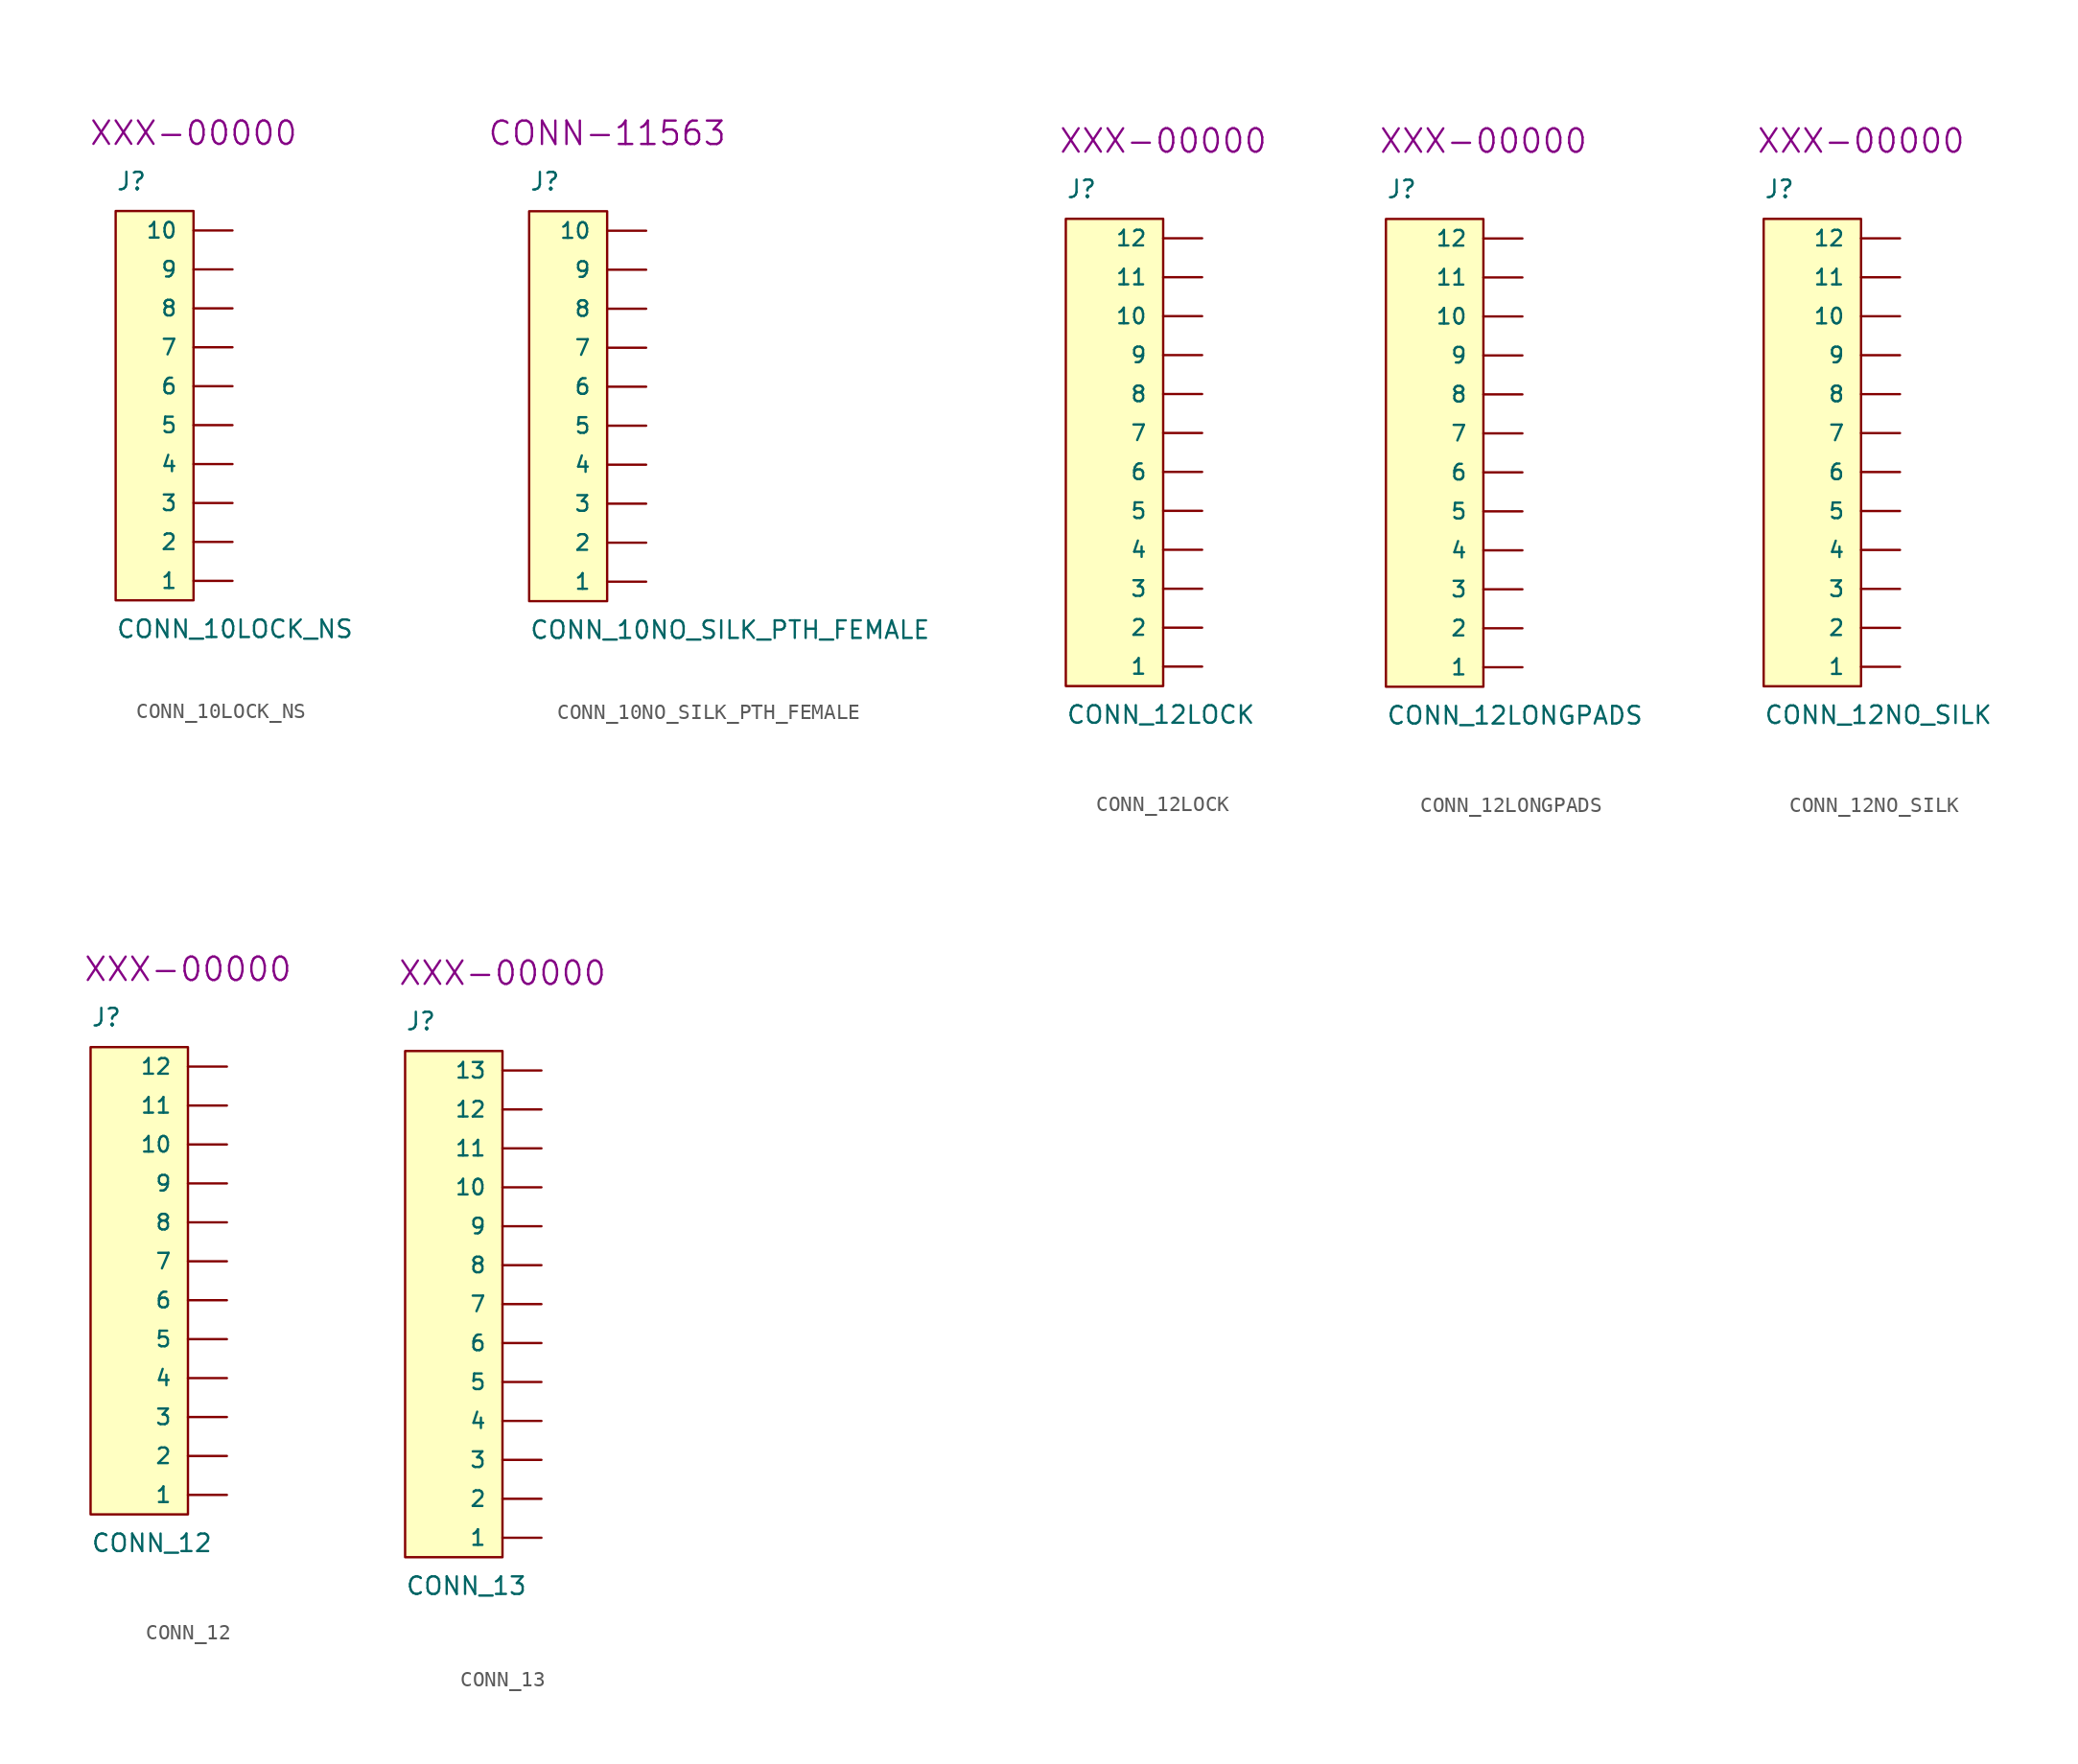
<source format=kicad_sym>
(kicad_symbol_lib
  (version 20201005)
  (generator kicad_symbol_editor)
  (symbol "CONN_10LOCK_NS"
    (pin_numbers hide)
    (pin_names
      (offset 1.016))
    (property "Reference" "J"
      (at -5.08 25.4 0)
      (effects (font (size 1.143 1.143)) (justify left bottom)))
    (property "Value" "CONN_10LOCK_NS"
      (at -5.08 -3.81 0)
      (effects (font (size 1.143 1.143)) (justify left bottom)))
    (property "Field4" "XXX-00000"
      (at 0 29.21 0)
      (effects (font (size 1.524 1.524))))
    (property "ki_locked" ""
      (at 0 0 0)
      (effects (font (size 1.27 1.27))))
    (symbol "CONN_10LOCK_NS_0_1"
      (rectangle (start 0 -1.27) (end -5.08 24.13) (stroke (width 0)) (fill (type background))))
    (symbol "CONN_10LOCK_NS_1_1"
      (pin passive line (at 2.54 0 180) (length 2.54) (name "1" (effects (font (size 1.016 1.016)))) (number "1" (effects (font (size 1.016 1.016)))))
      (pin passive line (at 2.54 2.54 180) (length 2.54) (name "2" (effects (font (size 1.016 1.016)))) (number "2" (effects (font (size 1.016 1.016)))))
      (pin passive line (at 2.54 5.08 180) (length 2.54) (name "3" (effects (font (size 1.016 1.016)))) (number "3" (effects (font (size 1.016 1.016)))))
      (pin passive line (at 2.54 7.62 180) (length 2.54) (name "4" (effects (font (size 1.016 1.016)))) (number "4" (effects (font (size 1.016 1.016)))))
      (pin passive line (at 2.54 10.16 180) (length 2.54) (name "5" (effects (font (size 1.016 1.016)))) (number "5" (effects (font (size 1.016 1.016)))))
      (pin passive line (at 2.54 12.7 180) (length 2.54) (name "6" (effects (font (size 1.016 1.016)))) (number "6" (effects (font (size 1.016 1.016)))))
      (pin passive line (at 2.54 15.24 180) (length 2.54) (name "7" (effects (font (size 1.016 1.016)))) (number "7" (effects (font (size 1.016 1.016)))))
      (pin passive line (at 2.54 17.78 180) (length 2.54) (name "8" (effects (font (size 1.016 1.016)))) (number "8" (effects (font (size 1.016 1.016)))))
      (pin passive line (at 2.54 20.32 180) (length 2.54) (name "9" (effects (font (size 1.016 1.016)))) (number "9" (effects (font (size 1.016 1.016)))))
      (pin passive line (at 2.54 22.86 180) (length 2.54) (name "10" (effects (font (size 1.016 1.016)))) (number "10" (effects (font (size 1.016 1.016)))))))
  (symbol "CONN_10NO_SILK_PTH_FEMALE"
    (pin_numbers hide)
    (pin_names
      (offset 1.016))
    (property "Reference" "J"
      (at -5.08 25.4 0)
      (effects (font (size 1.143 1.143)) (justify left bottom)))
    (property "Value" "CONN_10NO_SILK_PTH_FEMALE"
      (at -5.08 -3.81 0)
      (effects (font (size 1.143 1.143)) (justify left bottom)))
    (property "Field4" "CONN-11563"
      (at 0 29.21 0)
      (effects (font (size 1.524 1.524))))
    (property "ki_locked" ""
      (at 0 0 0)
      (effects (font (size 1.27 1.27))))
    (symbol "CONN_10NO_SILK_PTH_FEMALE_0_1"
      (rectangle (start 0 -1.27) (end -5.08 24.13) (stroke (width 0)) (fill (type background))))
    (symbol "CONN_10NO_SILK_PTH_FEMALE_1_1"
      (pin passive line (at 2.54 0 180) (length 2.54) (name "1" (effects (font (size 1.016 1.016)))) (number "1" (effects (font (size 1.016 1.016)))))
      (pin passive line (at 2.54 2.54 180) (length 2.54) (name "2" (effects (font (size 1.016 1.016)))) (number "2" (effects (font (size 1.016 1.016)))))
      (pin passive line (at 2.54 5.08 180) (length 2.54) (name "3" (effects (font (size 1.016 1.016)))) (number "3" (effects (font (size 1.016 1.016)))))
      (pin passive line (at 2.54 7.62 180) (length 2.54) (name "4" (effects (font (size 1.016 1.016)))) (number "4" (effects (font (size 1.016 1.016)))))
      (pin passive line (at 2.54 10.16 180) (length 2.54) (name "5" (effects (font (size 1.016 1.016)))) (number "5" (effects (font (size 1.016 1.016)))))
      (pin passive line (at 2.54 12.7 180) (length 2.54) (name "6" (effects (font (size 1.016 1.016)))) (number "6" (effects (font (size 1.016 1.016)))))
      (pin passive line (at 2.54 15.24 180) (length 2.54) (name "7" (effects (font (size 1.016 1.016)))) (number "7" (effects (font (size 1.016 1.016)))))
      (pin passive line (at 2.54 17.78 180) (length 2.54) (name "8" (effects (font (size 1.016 1.016)))) (number "8" (effects (font (size 1.016 1.016)))))
      (pin passive line (at 2.54 20.32 180) (length 2.54) (name "9" (effects (font (size 1.016 1.016)))) (number "9" (effects (font (size 1.016 1.016)))))
      (pin passive line (at 2.54 22.86 180) (length 2.54) (name "10" (effects (font (size 1.016 1.016)))) (number "10" (effects (font (size 1.016 1.016)))))))
  (symbol "CONN_12LOCK"
    (pin_numbers hide)
    (pin_names
      (offset 1.016))
    (property "Reference" "J"
      (at -6.35 30.48 0)
      (effects (font (size 1.143 1.143)) (justify left bottom)))
    (property "Value" "CONN_12LOCK"
      (at -6.35 -3.81 0)
      (effects (font (size 1.143 1.143)) (justify left bottom)))
    (property "Field4" "XXX-00000"
      (at 0 34.29 0)
      (effects (font (size 1.524 1.524))))
    (property "ki_locked" ""
      (at 0 0 0)
      (effects (font (size 1.27 1.27))))
    (symbol "CONN_12LOCK_0_1"
      (rectangle (start 0 -1.27) (end -6.35 29.21) (stroke (width 0)) (fill (type background))))
    (symbol "CONN_12LOCK_1_1"
      (pin passive line (at 2.54 0 180) (length 2.54) (name "1" (effects (font (size 1.016 1.016)))) (number "1" (effects (font (size 1.016 1.016)))))
      (pin passive line (at 2.54 2.54 180) (length 2.54) (name "2" (effects (font (size 1.016 1.016)))) (number "2" (effects (font (size 1.016 1.016)))))
      (pin passive line (at 2.54 5.08 180) (length 2.54) (name "3" (effects (font (size 1.016 1.016)))) (number "3" (effects (font (size 1.016 1.016)))))
      (pin passive line (at 2.54 7.62 180) (length 2.54) (name "4" (effects (font (size 1.016 1.016)))) (number "4" (effects (font (size 1.016 1.016)))))
      (pin passive line (at 2.54 10.16 180) (length 2.54) (name "5" (effects (font (size 1.016 1.016)))) (number "5" (effects (font (size 1.016 1.016)))))
      (pin passive line (at 2.54 12.7 180) (length 2.54) (name "6" (effects (font (size 1.016 1.016)))) (number "6" (effects (font (size 1.016 1.016)))))
      (pin passive line (at 2.54 15.24 180) (length 2.54) (name "7" (effects (font (size 1.016 1.016)))) (number "7" (effects (font (size 1.016 1.016)))))
      (pin passive line (at 2.54 17.78 180) (length 2.54) (name "8" (effects (font (size 1.016 1.016)))) (number "8" (effects (font (size 1.016 1.016)))))
      (pin passive line (at 2.54 20.32 180) (length 2.54) (name "9" (effects (font (size 1.016 1.016)))) (number "9" (effects (font (size 1.016 1.016)))))
      (pin passive line (at 2.54 22.86 180) (length 2.54) (name "10" (effects (font (size 1.016 1.016)))) (number "10" (effects (font (size 1.016 1.016)))))
      (pin passive line (at 2.54 25.4 180) (length 2.54) (name "11" (effects (font (size 1.016 1.016)))) (number "11" (effects (font (size 1.016 1.016)))))
      (pin passive line (at 2.54 27.94 180) (length 2.54) (name "12" (effects (font (size 1.016 1.016)))) (number "12" (effects (font (size 1.016 1.016)))))))
  (symbol "CONN_12LONGPADS"
    (pin_numbers hide)
    (pin_names
      (offset 1.016))
    (property "Reference" "J"
      (at -6.35 30.48 0)
      (effects (font (size 1.143 1.143)) (justify left bottom)))
    (property "Value" "CONN_12LONGPADS"
      (at -6.35 -3.81 0)
      (effects (font (size 1.143 1.143)) (justify left bottom)))
    (property "Field4" "XXX-00000"
      (at 0 34.29 0)
      (effects (font (size 1.524 1.524))))
    (property "ki_locked" ""
      (at 0 0 0)
      (effects (font (size 1.27 1.27))))
    (symbol "CONN_12LONGPADS_0_1"
      (rectangle (start 0 -1.27) (end -6.35 29.21) (stroke (width 0)) (fill (type background))))
    (symbol "CONN_12LONGPADS_1_1"
      (pin passive line (at 2.54 0 180) (length 2.54) (name "1" (effects (font (size 1.016 1.016)))) (number "1" (effects (font (size 1.016 1.016)))))
      (pin passive line (at 2.54 2.54 180) (length 2.54) (name "2" (effects (font (size 1.016 1.016)))) (number "2" (effects (font (size 1.016 1.016)))))
      (pin passive line (at 2.54 5.08 180) (length 2.54) (name "3" (effects (font (size 1.016 1.016)))) (number "3" (effects (font (size 1.016 1.016)))))
      (pin passive line (at 2.54 7.62 180) (length 2.54) (name "4" (effects (font (size 1.016 1.016)))) (number "4" (effects (font (size 1.016 1.016)))))
      (pin passive line (at 2.54 10.16 180) (length 2.54) (name "5" (effects (font (size 1.016 1.016)))) (number "5" (effects (font (size 1.016 1.016)))))
      (pin passive line (at 2.54 12.7 180) (length 2.54) (name "6" (effects (font (size 1.016 1.016)))) (number "6" (effects (font (size 1.016 1.016)))))
      (pin passive line (at 2.54 15.24 180) (length 2.54) (name "7" (effects (font (size 1.016 1.016)))) (number "7" (effects (font (size 1.016 1.016)))))
      (pin passive line (at 2.54 17.78 180) (length 2.54) (name "8" (effects (font (size 1.016 1.016)))) (number "8" (effects (font (size 1.016 1.016)))))
      (pin passive line (at 2.54 20.32 180) (length 2.54) (name "9" (effects (font (size 1.016 1.016)))) (number "9" (effects (font (size 1.016 1.016)))))
      (pin passive line (at 2.54 22.86 180) (length 2.54) (name "10" (effects (font (size 1.016 1.016)))) (number "10" (effects (font (size 1.016 1.016)))))
      (pin passive line (at 2.54 25.4 180) (length 2.54) (name "11" (effects (font (size 1.016 1.016)))) (number "11" (effects (font (size 1.016 1.016)))))
      (pin passive line (at 2.54 27.94 180) (length 2.54) (name "12" (effects (font (size 1.016 1.016)))) (number "12" (effects (font (size 1.016 1.016)))))))
  (symbol "CONN_12NO_SILK"
    (pin_numbers hide)
    (pin_names
      (offset 1.016))
    (property "Reference" "J"
      (at -6.35 30.48 0)
      (effects (font (size 1.143 1.143)) (justify left bottom)))
    (property "Value" "CONN_12NO_SILK"
      (at -6.35 -3.81 0)
      (effects (font (size 1.143 1.143)) (justify left bottom)))
    (property "Field4" "XXX-00000"
      (at 0 34.29 0)
      (effects (font (size 1.524 1.524))))
    (property "ki_locked" ""
      (at 0 0 0)
      (effects (font (size 1.27 1.27))))
    (symbol "CONN_12NO_SILK_0_1"
      (rectangle (start 0 -1.27) (end -6.35 29.21) (stroke (width 0)) (fill (type background))))
    (symbol "CONN_12NO_SILK_1_1"
      (pin passive line (at 2.54 0 180) (length 2.54) (name "1" (effects (font (size 1.016 1.016)))) (number "1" (effects (font (size 1.016 1.016)))))
      (pin passive line (at 2.54 2.54 180) (length 2.54) (name "2" (effects (font (size 1.016 1.016)))) (number "2" (effects (font (size 1.016 1.016)))))
      (pin passive line (at 2.54 5.08 180) (length 2.54) (name "3" (effects (font (size 1.016 1.016)))) (number "3" (effects (font (size 1.016 1.016)))))
      (pin passive line (at 2.54 7.62 180) (length 2.54) (name "4" (effects (font (size 1.016 1.016)))) (number "4" (effects (font (size 1.016 1.016)))))
      (pin passive line (at 2.54 10.16 180) (length 2.54) (name "5" (effects (font (size 1.016 1.016)))) (number "5" (effects (font (size 1.016 1.016)))))
      (pin passive line (at 2.54 12.7 180) (length 2.54) (name "6" (effects (font (size 1.016 1.016)))) (number "6" (effects (font (size 1.016 1.016)))))
      (pin passive line (at 2.54 15.24 180) (length 2.54) (name "7" (effects (font (size 1.016 1.016)))) (number "7" (effects (font (size 1.016 1.016)))))
      (pin passive line (at 2.54 17.78 180) (length 2.54) (name "8" (effects (font (size 1.016 1.016)))) (number "8" (effects (font (size 1.016 1.016)))))
      (pin passive line (at 2.54 20.32 180) (length 2.54) (name "9" (effects (font (size 1.016 1.016)))) (number "9" (effects (font (size 1.016 1.016)))))
      (pin passive line (at 2.54 22.86 180) (length 2.54) (name "10" (effects (font (size 1.016 1.016)))) (number "10" (effects (font (size 1.016 1.016)))))
      (pin passive line (at 2.54 25.4 180) (length 2.54) (name "11" (effects (font (size 1.016 1.016)))) (number "11" (effects (font (size 1.016 1.016)))))
      (pin passive line (at 2.54 27.94 180) (length 2.54) (name "12" (effects (font (size 1.016 1.016)))) (number "12" (effects (font (size 1.016 1.016)))))))
  (symbol "CONN_12"
    (pin_numbers hide)
    (pin_names
      (offset 1.016))
    (property "Reference" "J"
      (at -6.35 30.48 0)
      (effects (font (size 1.143 1.143)) (justify left bottom)))
    (property "Value" "CONN_12"
      (at -6.35 -3.81 0)
      (effects (font (size 1.143 1.143)) (justify left bottom)))
    (property "Field4" "XXX-00000"
      (at 0 34.29 0)
      (effects (font (size 1.524 1.524))))
    (property "ki_locked" ""
      (at 0 0 0)
      (effects (font (size 1.27 1.27))))
    (symbol "CONN_12_0_1"
      (rectangle (start 0 -1.27) (end -6.35 29.21) (stroke (width 0)) (fill (type background))))
    (symbol "CONN_12_1_1"
      (pin passive line (at 2.54 0 180) (length 2.54) (name "1" (effects (font (size 1.016 1.016)))) (number "1" (effects (font (size 1.016 1.016)))))
      (pin passive line (at 2.54 2.54 180) (length 2.54) (name "2" (effects (font (size 1.016 1.016)))) (number "2" (effects (font (size 1.016 1.016)))))
      (pin passive line (at 2.54 5.08 180) (length 2.54) (name "3" (effects (font (size 1.016 1.016)))) (number "3" (effects (font (size 1.016 1.016)))))
      (pin passive line (at 2.54 7.62 180) (length 2.54) (name "4" (effects (font (size 1.016 1.016)))) (number "4" (effects (font (size 1.016 1.016)))))
      (pin passive line (at 2.54 10.16 180) (length 2.54) (name "5" (effects (font (size 1.016 1.016)))) (number "5" (effects (font (size 1.016 1.016)))))
      (pin passive line (at 2.54 12.7 180) (length 2.54) (name "6" (effects (font (size 1.016 1.016)))) (number "6" (effects (font (size 1.016 1.016)))))
      (pin passive line (at 2.54 15.24 180) (length 2.54) (name "7" (effects (font (size 1.016 1.016)))) (number "7" (effects (font (size 1.016 1.016)))))
      (pin passive line (at 2.54 17.78 180) (length 2.54) (name "8" (effects (font (size 1.016 1.016)))) (number "8" (effects (font (size 1.016 1.016)))))
      (pin passive line (at 2.54 20.32 180) (length 2.54) (name "9" (effects (font (size 1.016 1.016)))) (number "9" (effects (font (size 1.016 1.016)))))
      (pin passive line (at 2.54 22.86 180) (length 2.54) (name "10" (effects (font (size 1.016 1.016)))) (number "10" (effects (font (size 1.016 1.016)))))
      (pin passive line (at 2.54 25.4 180) (length 2.54) (name "11" (effects (font (size 1.016 1.016)))) (number "11" (effects (font (size 1.016 1.016)))))
      (pin passive line (at 2.54 27.94 180) (length 2.54) (name "12" (effects (font (size 1.016 1.016)))) (number "12" (effects (font (size 1.016 1.016)))))))
  (symbol "CONN_13"
    (pin_numbers hide)
    (pin_names
      (offset 1.016))
    (property "Reference" "J"
      (at -6.35 33.02 0)
      (effects (font (size 1.143 1.143)) (justify left bottom)))
    (property "Value" "CONN_13"
      (at -6.35 -3.81 0)
      (effects (font (size 1.143 1.143)) (justify left bottom)))
    (property "Field4" "XXX-00000"
      (at 0 36.83 0)
      (effects (font (size 1.524 1.524))))
    (property "ki_locked" ""
      (at 0 0 0)
      (effects (font (size 1.27 1.27))))
    (symbol "CONN_13_0_1"
      (rectangle (start 0 -1.27) (end -6.35 31.75) (stroke (width 0)) (fill (type background))))
    (symbol "CONN_13_1_1"
      (pin passive line (at 2.54 0 180) (length 2.54) (name "1" (effects (font (size 1.016 1.016)))) (number "1" (effects (font (size 1.016 1.016)))))
      (pin passive line (at 2.54 2.54 180) (length 2.54) (name "2" (effects (font (size 1.016 1.016)))) (number "2" (effects (font (size 1.016 1.016)))))
      (pin passive line (at 2.54 5.08 180) (length 2.54) (name "3" (effects (font (size 1.016 1.016)))) (number "3" (effects (font (size 1.016 1.016)))))
      (pin passive line (at 2.54 7.62 180) (length 2.54) (name "4" (effects (font (size 1.016 1.016)))) (number "4" (effects (font (size 1.016 1.016)))))
      (pin passive line (at 2.54 10.16 180) (length 2.54) (name "5" (effects (font (size 1.016 1.016)))) (number "5" (effects (font (size 1.016 1.016)))))
      (pin passive line (at 2.54 12.7 180) (length 2.54) (name "6" (effects (font (size 1.016 1.016)))) (number "6" (effects (font (size 1.016 1.016)))))
      (pin passive line (at 2.54 15.24 180) (length 2.54) (name "7" (effects (font (size 1.016 1.016)))) (number "7" (effects (font (size 1.016 1.016)))))
      (pin passive line (at 2.54 17.78 180) (length 2.54) (name "8" (effects (font (size 1.016 1.016)))) (number "8" (effects (font (size 1.016 1.016)))))
      (pin passive line (at 2.54 20.32 180) (length 2.54) (name "9" (effects (font (size 1.016 1.016)))) (number "9" (effects (font (size 1.016 1.016)))))
      (pin passive line (at 2.54 22.86 180) (length 2.54) (name "10" (effects (font (size 1.016 1.016)))) (number "10" (effects (font (size 1.016 1.016)))))
      (pin passive line (at 2.54 25.4 180) (length 2.54) (name "11" (effects (font (size 1.016 1.016)))) (number "11" (effects (font (size 1.016 1.016)))))
      (pin passive line (at 2.54 27.94 180) (length 2.54) (name "12" (effects (font (size 1.016 1.016)))) (number "12" (effects (font (size 1.016 1.016)))))
      (pin passive line (at 2.54 30.48 180) (length 2.54) (name "13" (effects (font (size 1.016 1.016)))) (number "13" (effects (font (size 1.016 1.016))))))))
</source>
